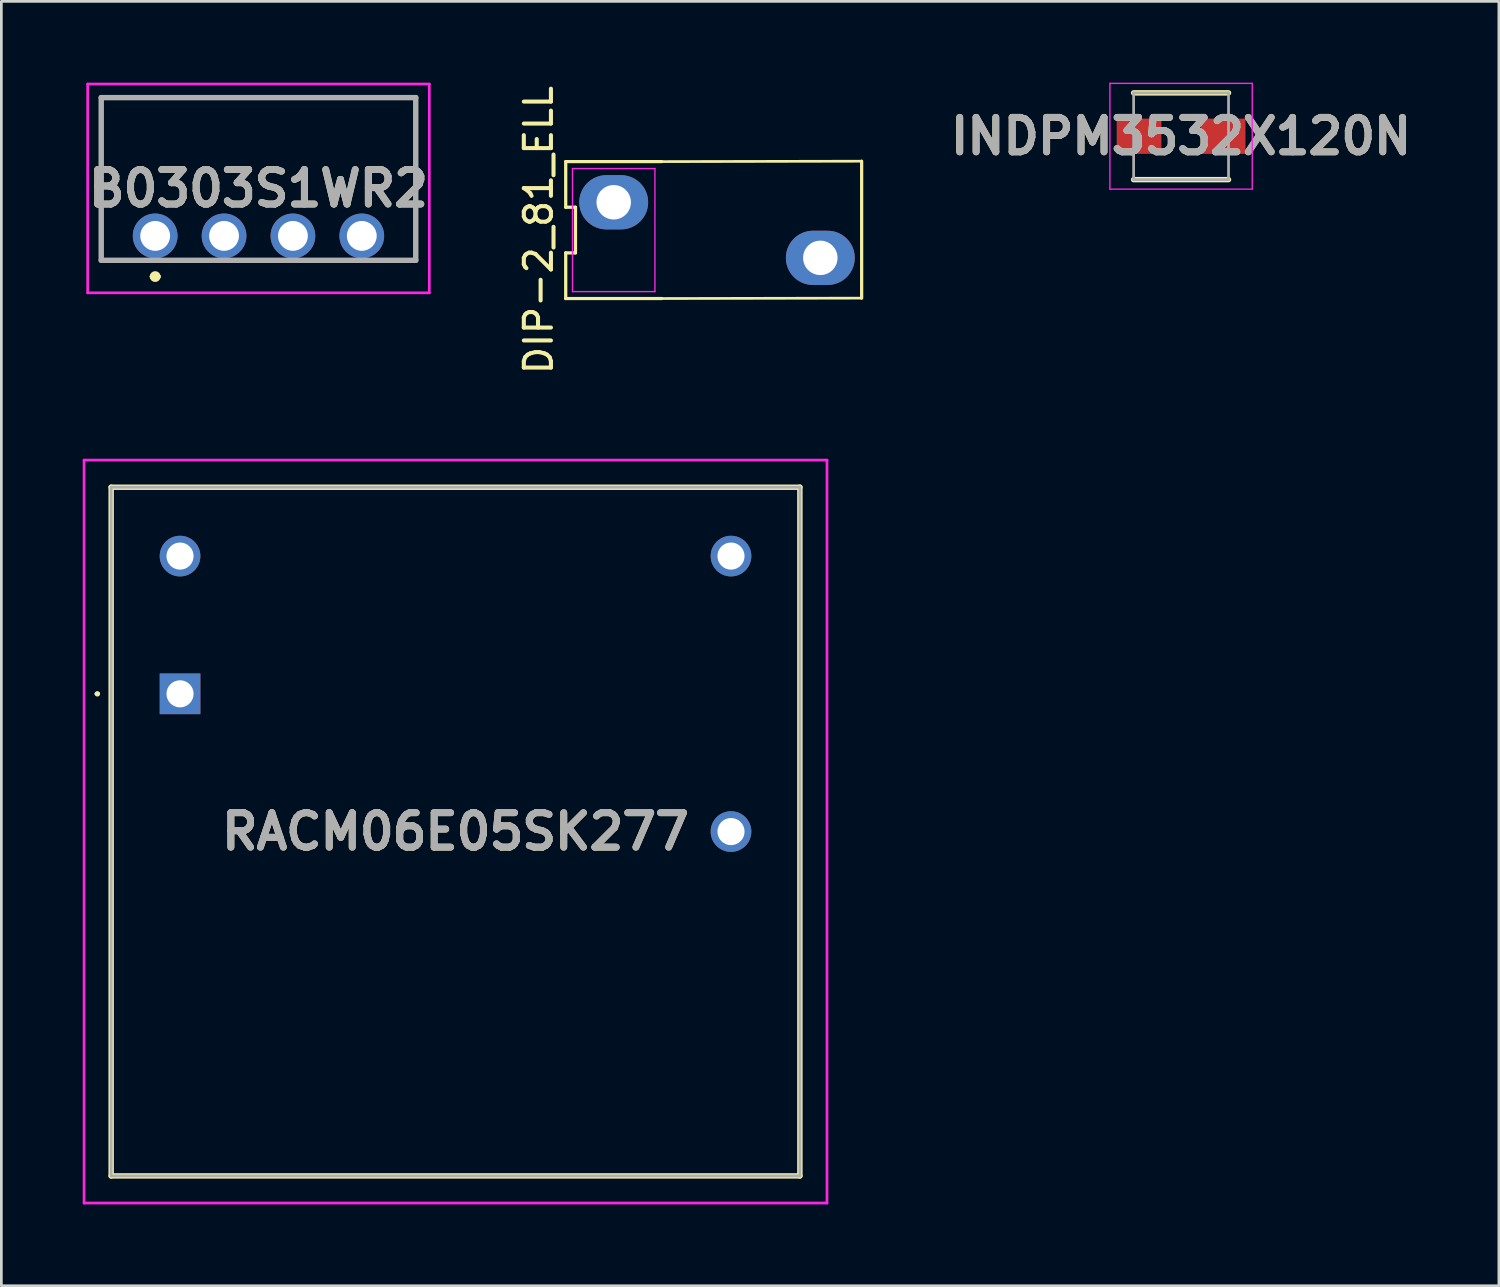
<source format=kicad_pcb>
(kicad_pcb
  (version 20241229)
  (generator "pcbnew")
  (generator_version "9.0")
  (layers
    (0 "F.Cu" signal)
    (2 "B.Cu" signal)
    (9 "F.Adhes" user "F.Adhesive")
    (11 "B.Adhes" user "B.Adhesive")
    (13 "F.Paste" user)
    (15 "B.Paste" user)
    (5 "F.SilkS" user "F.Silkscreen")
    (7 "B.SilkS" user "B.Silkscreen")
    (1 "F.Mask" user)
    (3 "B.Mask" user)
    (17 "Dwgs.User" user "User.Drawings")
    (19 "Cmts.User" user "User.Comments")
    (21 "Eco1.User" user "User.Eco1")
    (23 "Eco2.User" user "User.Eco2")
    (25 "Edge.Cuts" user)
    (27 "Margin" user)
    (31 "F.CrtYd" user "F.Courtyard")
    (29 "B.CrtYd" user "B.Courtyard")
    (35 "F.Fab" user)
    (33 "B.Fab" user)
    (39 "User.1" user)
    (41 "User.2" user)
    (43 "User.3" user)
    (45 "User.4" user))
  (footprint "INDPM3532X120N"
    (layer "F.Cu")
    (at 40.509 1.975)
    (property "Reference" "INDPM3532X120N" (at 0 0 0) (layer "F.SilkS") (effects (font (size 1.27 1.27) (thickness 0.254))))
    (attr smd)
    (fp_line (start -1.75 1.6) (end 1.75 1.6) (stroke (width 0.2) (type solid)) (layer "F.SilkS"))
    (fp_line (start 1.75 -1.6) (end -1.75 -1.6) (stroke (width 0.2) (type solid)) (layer "F.SilkS"))
    (fp_line (start -2.625 -1.95) (end 2.625 -1.95) (stroke (width 0.05) (type solid)) (layer "F.CrtYd"))
    (fp_line (start -2.625 1.95) (end -2.625 -1.95) (stroke (width 0.05) (type solid)) (layer "F.CrtYd"))
    (fp_line (start 2.625 -1.95) (end 2.625 1.95) (stroke (width 0.05) (type solid)) (layer "F.CrtYd"))
    (fp_line (start 2.625 1.95) (end -2.625 1.95) (stroke (width 0.05) (type solid)) (layer "F.CrtYd"))
    (fp_line (start -1.75 -1.6) (end 1.75 -1.6) (stroke (width 0.1) (type solid)) (layer "F.Fab"))
    (fp_line (start -1.75 1.6) (end -1.75 -1.6) (stroke (width 0.1) (type solid)) (layer "F.Fab"))
    (fp_line (start 1.75 -1.6) (end 1.75 1.6) (stroke (width 0.1) (type solid)) (layer "F.Fab"))
    (fp_line (start 1.75 1.6) (end -1.75 1.6) (stroke (width 0.1) (type solid)) (layer "F.Fab"))
    (fp_text user "${REFERENCE}" (at 0 0 0) (layer "F.Fab") (effects (font (size 1.27 1.27) (thickness 0.254))))
    (pad "1" smd rect (at -1.55 0 90) (size 1.3 1.65) (layers "F.Cu" "F.Mask" "F.Paste"))
    (pad "2" smd rect (at 1.55 0 90) (size 1.3 1.65) (layers "F.Cu" "F.Mask" "F.Paste")))
  (footprint "RACM06E05SK277"
    (layer "F.Cu")
    (at 3.59 22.539)
    (property "Reference" "RACM06E05SK277" (at 10.16 5.08 0) (layer "F.SilkS") (effects (font (size 1.27 1.27) (thickness 0.254))))
    (attr through_hole)
    (fp_line (start -3.1 0) (end -3.1 0) (stroke (width 0.1) (type solid)) (layer "F.SilkS"))
    (fp_line (start -3 0) (end -3 0) (stroke (width 0.1) (type solid)) (layer "F.SilkS"))
    (fp_line (start -2.54 -7.62) (end 22.86 -7.62) (stroke (width 0.2) (type solid)) (layer "F.SilkS"))
    (fp_line (start -2.54 17.78) (end -2.54 -7.62) (stroke (width 0.2) (type solid)) (layer "F.SilkS"))
    (fp_line (start 22.86 -7.62) (end 22.86 17.78) (stroke (width 0.2) (type solid)) (layer "F.SilkS"))
    (fp_line (start 22.86 17.78) (end -2.54 17.78) (stroke (width 0.2) (type solid)) (layer "F.SilkS"))
    (fp_arc (start -3.1 0) (mid -3.05 -0.05) (end -3 0) (stroke (width 0.1) (type solid)) (layer "F.SilkS"))
    (fp_arc (start -3 0) (mid -3.05 0.05) (end -3.1 0) (stroke (width 0.1) (type solid)) (layer "F.SilkS"))
    (fp_line (start -3.54 -8.62) (end 23.86 -8.62) (stroke (width 0.1) (type solid)) (layer "F.CrtYd"))
    (fp_line (start -3.54 18.78) (end -3.54 -8.62) (stroke (width 0.1) (type solid)) (layer "F.CrtYd"))
    (fp_line (start 23.86 -8.62) (end 23.86 18.78) (stroke (width 0.1) (type solid)) (layer "F.CrtYd"))
    (fp_line (start 23.86 18.78) (end -3.54 18.78) (stroke (width 0.1) (type solid)) (layer "F.CrtYd"))
    (fp_line (start -2.54 -7.62) (end -2.54 17.78) (stroke (width 0.1) (type solid)) (layer "F.Fab"))
    (fp_line (start -2.54 17.78) (end 22.86 17.78) (stroke (width 0.1) (type solid)) (layer "F.Fab"))
    (fp_line (start 22.86 -7.62) (end -2.54 -7.62) (stroke (width 0.1) (type solid)) (layer "F.Fab"))
    (fp_line (start 22.86 17.78) (end 22.86 -7.62) (stroke (width 0.1) (type solid)) (layer "F.Fab"))
    (fp_text user "${REFERENCE}" (at 10.16 5.08 0) (layer "F.Fab") (effects (font (size 1.27 1.27) (thickness 0.254))))
    (pad "1" thru_hole rect (at 0 0) (size 1.5 1.5) (drill 1) (layers "*.Cu" "*.Mask"))
    (pad "2" thru_hole circle (at 0 -5.08) (size 1.5 1.5) (drill 1) (layers "*.Cu" "*.Mask"))
    (pad "4" thru_hole circle (at 20.32 5.08) (size 1.5 1.5) (drill 1) (layers "*.Cu" "*.Mask"))
    (pad "5" thru_hole circle (at 20.32 -5.08) (size 1.5 1.5) (drill 1) (layers "*.Cu" "*.Mask")))
  (footprint "DIP-2_81_ELL"
    (layer "F.Cu")
    (at 19.584 5.435)
    (property "Reference" "DIP-2_81_ELL" (at -2.77 0 90) (layer "F.SilkS") (effects (font (size 1 1) (thickness 0.15))))
    (fp_line (start -1.77 -0.842) (end -1.41 -0.842) (stroke (width 0.12) (type default)) (layer "F.SilkS"))
    (fp_line (start -1.77 0.842) (end -1.77 2.525) (stroke (width 0.12) (type default)) (layer "F.SilkS"))
    (fp_line (start -1.77 2.525) (end 1.77 2.525) (stroke (width 0.12) (type default)) (layer "F.SilkS"))
    (fp_line (start -1.77 -2.525) (end -1.77 -0.842) (stroke (width 0.12) (type default)) (layer "F.SilkS"))
    (fp_line (start -1.41 -0.842) (end -1.41 0.842) (stroke (width 0.12) (type default)) (layer "F.SilkS"))
    (fp_line (start -1.41 0.842) (end -1.77 0.842) (stroke (width 0.12) (type default)) (layer "F.SilkS"))
    (fp_line (start 1.77 2.525) (end 9.144 2.51) (stroke (width 0.1) (type default)) (layer "F.SilkS"))
    (fp_line (start 1.77 -2.525) (end -1.77 -2.525) (stroke (width 0.12) (type default)) (layer "F.SilkS"))
    (fp_line (start 1.77 -2.525) (end 9.144 -2.54) (stroke (width 0.1) (type default)) (layer "F.SilkS"))
    (fp_line (start 9.144 2.51) (end 9.144 -2.54) (stroke (width 0.12) (type default)) (layer "F.SilkS"))
    (fp_line (start -1.52 -2.27) (end 1.52 -2.27) (stroke (width 0.05) (type default)) (layer "F.CrtYd"))
    (fp_line (start -1.52 2.27) (end -1.52 -2.27) (stroke (width 0.05) (type default)) (layer "F.CrtYd"))
    (fp_line (start 1.52 -2.27) (end 1.52 2.27) (stroke (width 0.05) (type default)) (layer "F.CrtYd"))
    (fp_line (start 1.52 2.27) (end -1.52 2.27) (stroke (width 0.05) (type default)) (layer "F.CrtYd"))
    (pad "1" thru_hole oval (at 0 -1.025) (size 2.54 2) (drill 1.27) (layers "*.Cu" "*.Mask"))
    (pad "2" thru_hole oval (at 7.62 1.025) (size 2.54 2) (drill 1.27) (layers "*.Cu" "*.Mask")))
  (footprint "B0303S1WR2"
    (layer "F.Cu")
    (at 2.673 5.65)
    (property "Reference" "B0303S1WR2" (at 3.81 -1.75 0) (layer "F.SilkS") (effects (font (size 1.27 1.27) (thickness 0.254))))
    (attr through_hole)
    (fp_line (start -2 -5.1) (end -2 0.9) (stroke (width 0.1) (type solid)) (layer "F.SilkS"))
    (fp_line (start -2 0.9) (end -1.5 0.9) (stroke (width 0.1) (type solid)) (layer "F.SilkS"))
    (fp_line (start -0.1 1.5) (end -0.1 1.5) (stroke (width 0.2) (type solid)) (layer "F.SilkS"))
    (fp_line (start 0.1 1.5) (end 0.1 1.5) (stroke (width 0.2) (type solid)) (layer "F.SilkS"))
    (fp_line (start 3.4 0.9) (end 4.2 0.9) (stroke (width 0.1) (type solid)) (layer "F.SilkS"))
    (fp_line (start 9 0.9) (end 9.61 0.9) (stroke (width 0.1) (type solid)) (layer "F.SilkS"))
    (fp_line (start 9.61 -5.1) (end -2 -5.1) (stroke (width 0.1) (type solid)) (layer "F.SilkS"))
    (fp_line (start 9.61 0.9) (end 9.61 -5.1) (stroke (width 0.1) (type solid)) (layer "F.SilkS"))
    (fp_arc (start -0.1 1.5) (mid 0 1.4) (end 0.1 1.5) (stroke (width 0.2) (type solid)) (layer "F.SilkS"))
    (fp_arc (start 0.1 1.5) (mid 0 1.6) (end -0.1 1.5) (stroke (width 0.2) (type solid)) (layer "F.SilkS"))
    (fp_line (start -2.49 -5.6) (end -2.49 2.1) (stroke (width 0.1) (type solid)) (layer "F.CrtYd"))
    (fp_line (start -2.49 2.1) (end 10.11 2.1) (stroke (width 0.1) (type solid)) (layer "F.CrtYd"))
    (fp_line (start 10.11 -5.6) (end -2.49 -5.6) (stroke (width 0.1) (type solid)) (layer "F.CrtYd"))
    (fp_line (start 10.11 2.1) (end 10.11 -5.6) (stroke (width 0.1) (type solid)) (layer "F.CrtYd"))
    (fp_line (start -1.99 -5.1) (end -1.99 0.9) (stroke (width 0.2) (type solid)) (layer "F.Fab"))
    (fp_line (start -1.99 0.9) (end 9.61 0.9) (stroke (width 0.2) (type solid)) (layer "F.Fab"))
    (fp_line (start 9.61 -5.1) (end -1.99 -5.1) (stroke (width 0.2) (type solid)) (layer "F.Fab"))
    (fp_line (start 9.61 0.9) (end 9.61 -5.1) (stroke (width 0.2) (type solid)) (layer "F.Fab"))
    (fp_text user "${REFERENCE}" (at 3.81 -1.75 0) (layer "F.Fab") (effects (font (size 1.27 1.27) (thickness 0.254))))
    (pad "1" thru_hole circle (at 0 0) (size 1.65 1.65) (drill 1.1) (layers "*.Cu" "*.Mask"))
    (pad "2" thru_hole circle (at 2.54 0) (size 1.65 1.65) (drill 1.1) (layers "*.Cu" "*.Mask"))
    (pad "3" thru_hole circle (at 5.08 0) (size 1.65 1.65) (drill 1.1) (layers "*.Cu" "*.Mask"))
    (pad "4" thru_hole circle (at 7.62 0) (size 1.65 1.65) (drill 1.1) (layers "*.Cu" "*.Mask")))
  (gr_rect
    (start -3 -3)
    (end 52.23 44.369)
    (stroke (width 0.1) (type default))
    (fill no)
    (layer "Edge.Cuts")))
</source>
